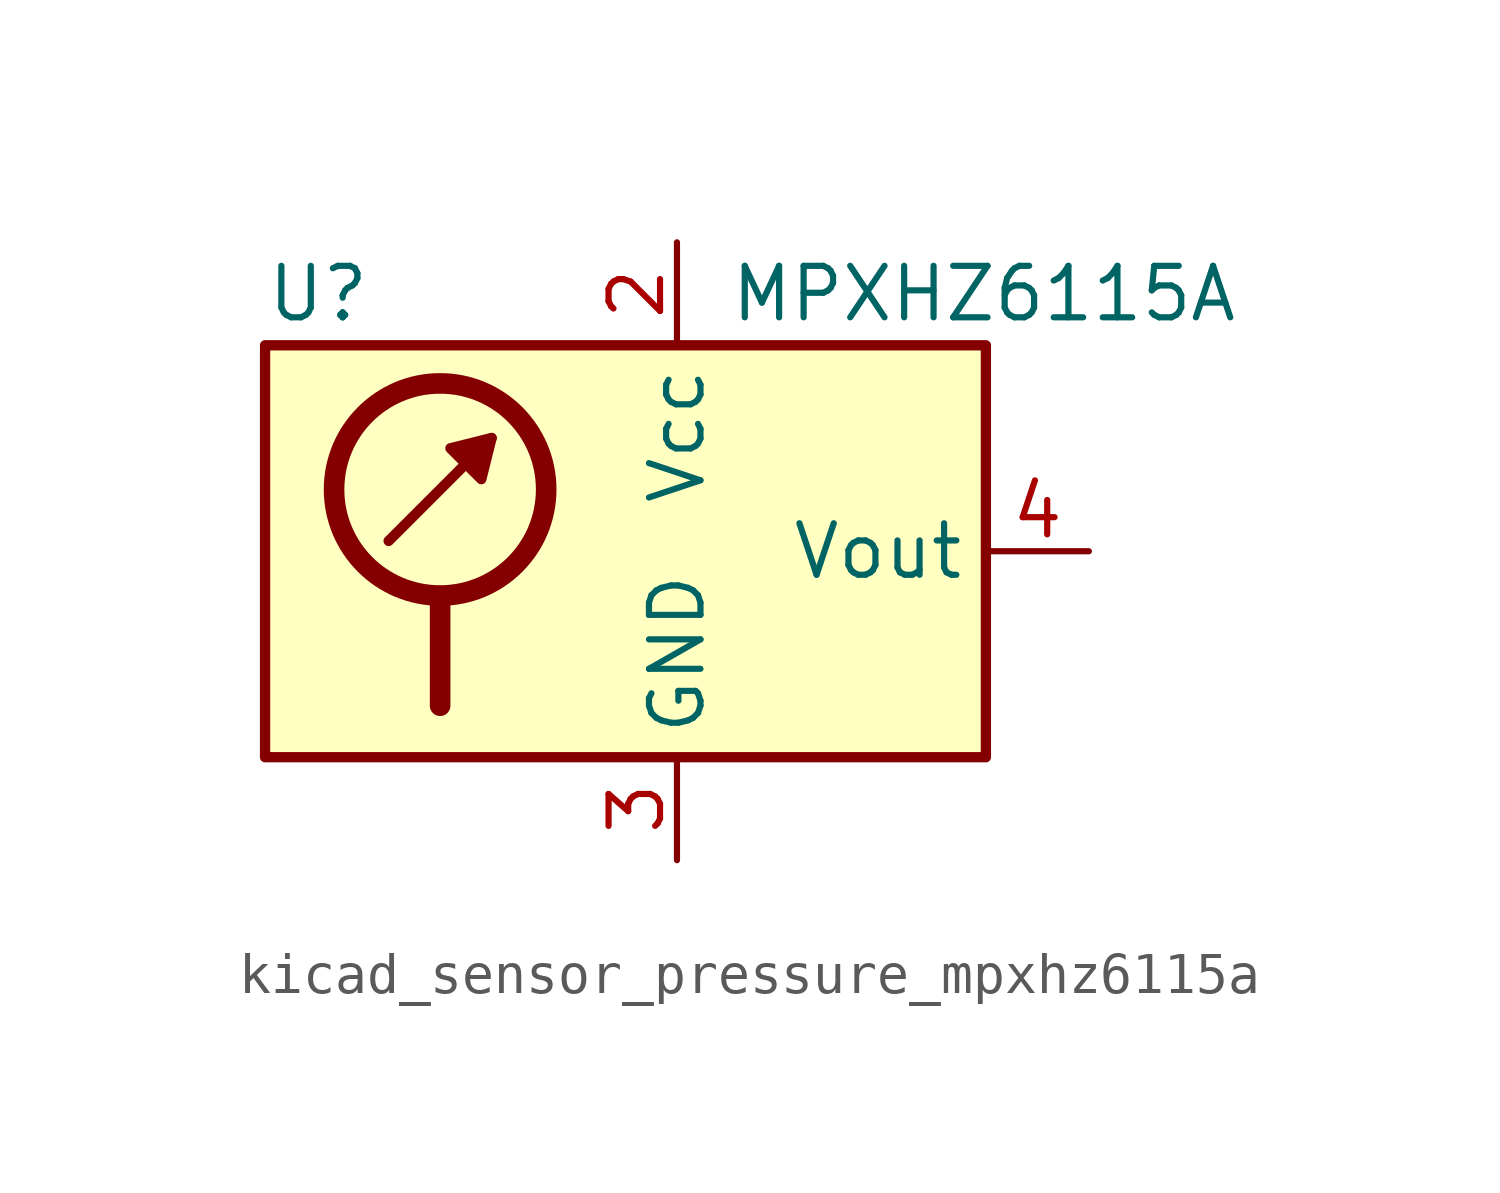
<source format=kicad_sym>
(kicad_symbol_lib
  (version 20220914)
  (generator kicad_symbol_editor)
  (symbol "kicad_sensor_pressure_mpxhz6115a"
    (property "Reference" "U"
      (at -10.16 6.35 0)
      (effects (font (size 1.27 1.27)) (justify left)))
    (property "Value" "MPXHZ6115A"
      (at 1.27 6.35 0)
      (effects (font (size 1.27 1.27)) (justify left)))
    (symbol "kicad_sensor_pressure_mpxhz6115a_0_1"
      (circle (center -5.842 1.524) (radius 2.616) (stroke (width 0.508) (type default)) (fill (type none)))
      (polyline (pts (xy -7.112 0.254) (xy -4.572 2.794)) (stroke (width 0.254) (type default)) (fill (type none)))
      (polyline (pts (xy -5.842 -1.27) (xy -5.842 -3.81)) (stroke (width 0.508) (type default)) (fill (type none)))
      (polyline (pts (xy -4.572 2.794) (xy -4.826 1.778) (xy -5.588 2.54) (xy -4.572 2.794)) (stroke (width 0.254) (type default)) (fill (type outline)))
      (rectangle (start 7.62 5.08) (end -10.16 -5.08) (stroke (width 0.254) (type default)) (fill (type background))))
    (symbol "kicad_sensor_pressure_mpxhz6115a_1_1"
      (pin no_connect line (at 5.08 -5.08 90) (length 2.54) hide (name "NC" (effects (font (size 1.27 1.27)))) (number "1" (effects (font (size 1.27 1.27)))))
      (pin power_in line (at 0 7.62 270) (length 2.54) (name "Vcc" (effects (font (size 1.27 1.27)))) (number "2" (effects (font (size 1.27 1.27)))))
      (pin power_in line (at 0 -7.62 90) (length 2.54) (name "GND" (effects (font (size 1.27 1.27)))) (number "3" (effects (font (size 1.27 1.27)))))
      (pin output line (at 10.16 0 180) (length 2.54) (name "Vout" (effects (font (size 1.27 1.27)))) (number "4" (effects (font (size 1.27 1.27)))))
      (pin no_connect line (at -7.62 -5.08 90) (length 2.54) hide (name "NC" (effects (font (size 1.27 1.27)))) (number "5" (effects (font (size 1.27 1.27)))))
      (pin no_connect line (at -5.08 -5.08 90) (length 2.54) hide (name "NC" (effects (font (size 1.27 1.27)))) (number "6" (effects (font (size 1.27 1.27)))))
      (pin no_connect line (at -2.54 -5.08 90) (length 2.54) hide (name "NC" (effects (font (size 1.27 1.27)))) (number "7" (effects (font (size 1.27 1.27)))))
      (pin no_connect line (at 2.54 -5.08 90) (length 2.54) hide (name "NC" (effects (font (size 1.27 1.27)))) (number "8" (effects (font (size 1.27 1.27))))))))
</source>
